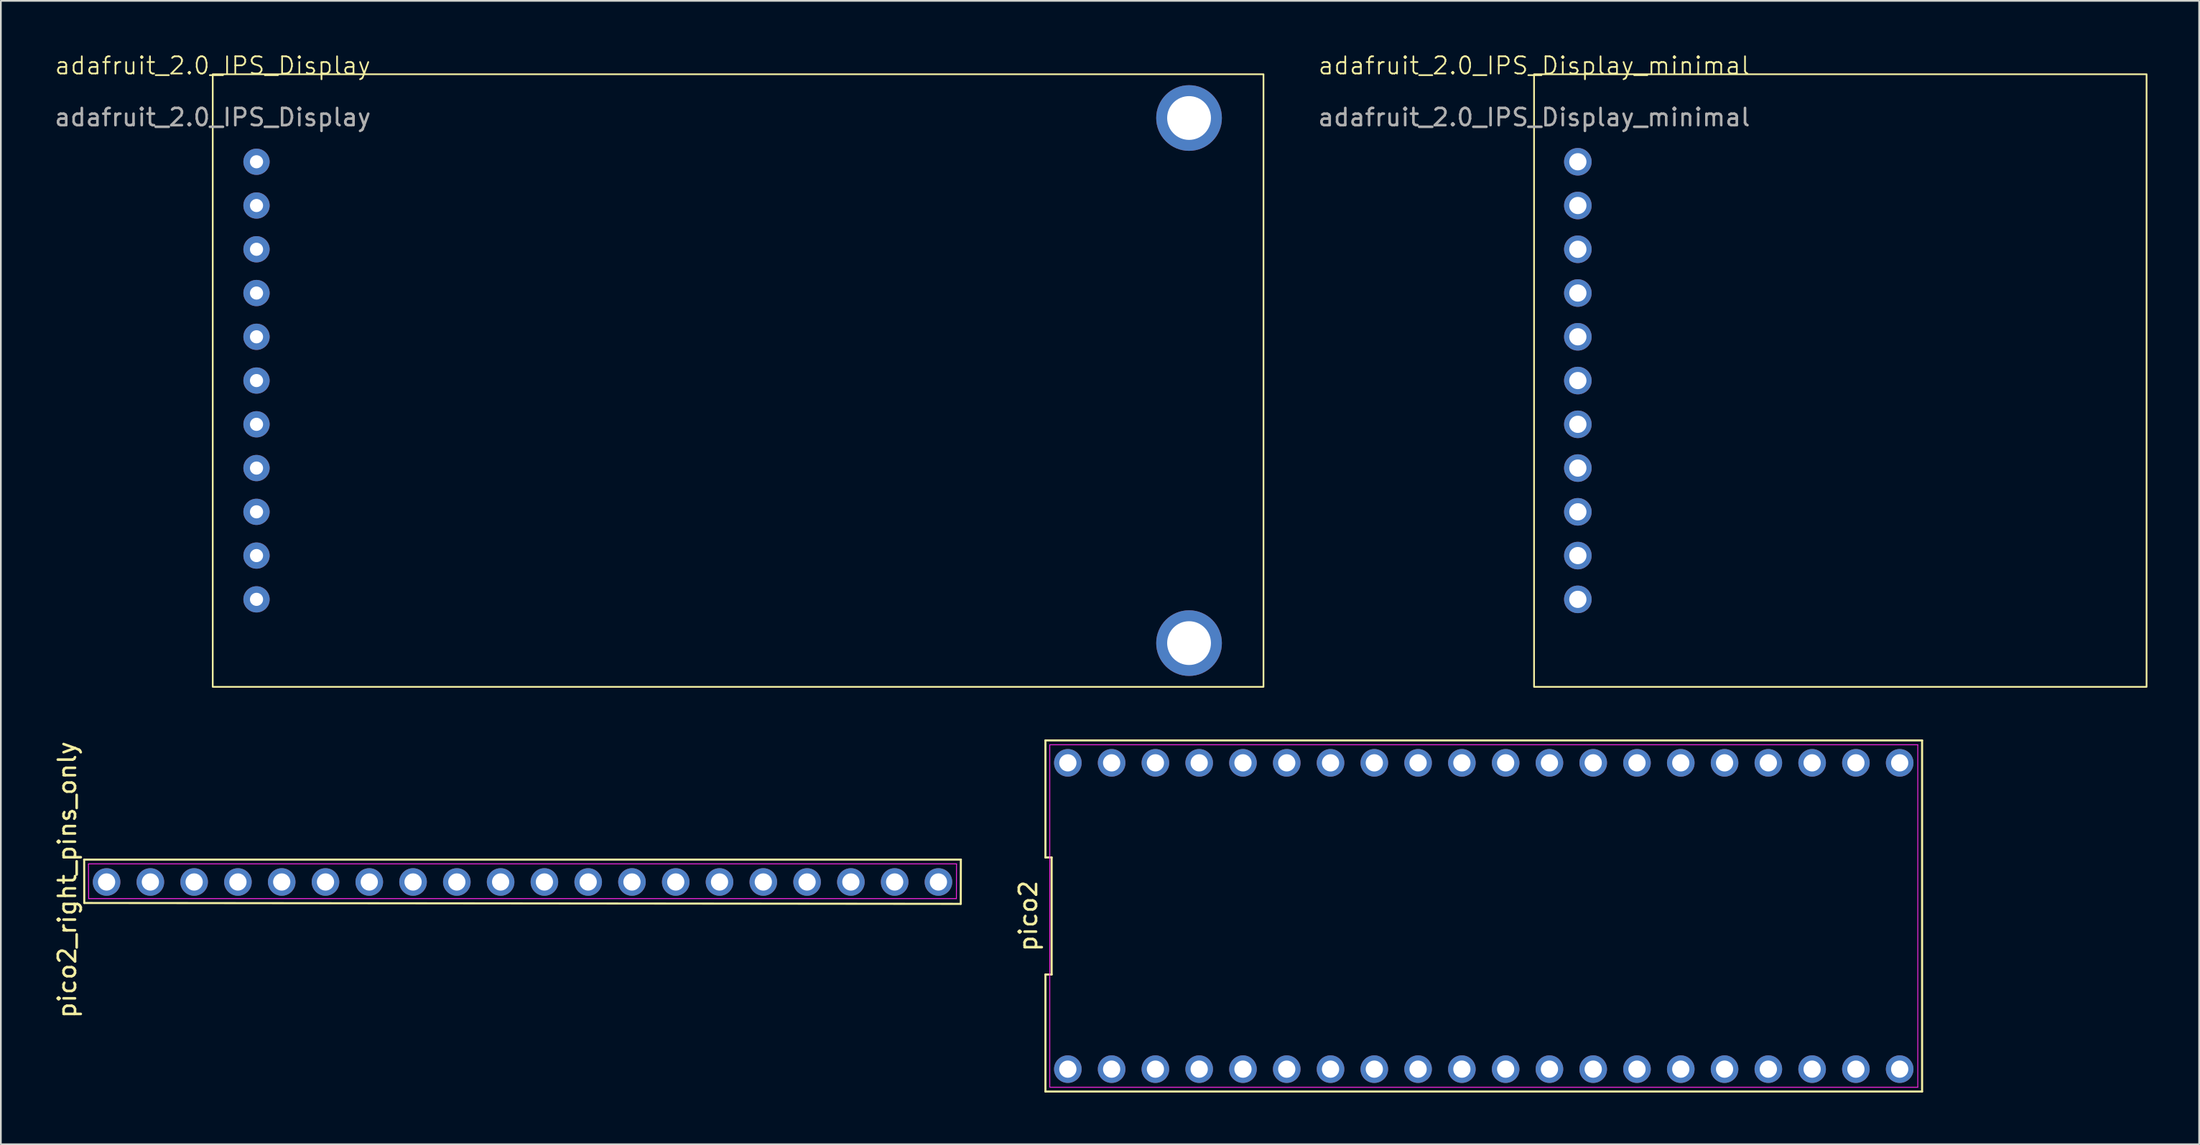
<source format=kicad_pcb>
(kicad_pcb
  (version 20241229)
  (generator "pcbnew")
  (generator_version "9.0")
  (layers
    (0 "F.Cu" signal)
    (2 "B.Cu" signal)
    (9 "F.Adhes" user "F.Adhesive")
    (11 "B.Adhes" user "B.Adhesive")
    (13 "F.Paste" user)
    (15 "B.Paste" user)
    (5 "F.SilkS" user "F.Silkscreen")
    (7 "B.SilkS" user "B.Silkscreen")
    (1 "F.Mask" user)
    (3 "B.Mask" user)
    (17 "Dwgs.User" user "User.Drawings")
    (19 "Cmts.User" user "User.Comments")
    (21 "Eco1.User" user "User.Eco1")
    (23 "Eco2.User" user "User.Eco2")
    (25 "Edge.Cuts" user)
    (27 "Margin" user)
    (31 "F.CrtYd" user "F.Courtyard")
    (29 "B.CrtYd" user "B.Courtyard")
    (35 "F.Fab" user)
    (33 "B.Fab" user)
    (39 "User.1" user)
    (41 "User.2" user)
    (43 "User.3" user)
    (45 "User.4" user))
  (footprint "adafruit_2.0_IPS_Display_minimal"
    (layer "F.Cu")
    (at 85.95 1.26)
    (property "Reference" "adafruit_2.0_IPS_Display_minimal" (at 0 -0.5 0) (unlocked yes) (layer "F.SilkS") (effects (font (size 1 1) (thickness 0.1))))
    (attr through_hole)
    (fp_rect (start 0 0) (end 35.535 35.56) (stroke (width 0.1) (type default)) (fill no) (layer "F.SilkS"))
    (fp_text user "${REFERENCE}" (at 0 2.5 0) (unlocked yes) (layer "F.Fab") (effects (font (size 1 1) (thickness 0.15))))
    (pad "1" thru_hole circle (at 2.54 30.48) (size 1.6 1.6) (drill 1) (layers "*.Cu" "*.Mask"))
    (pad "2" thru_hole circle (at 2.54 27.94) (size 1.6 1.6) (drill 1) (layers "*.Cu" "*.Mask"))
    (pad "3" thru_hole circle (at 2.54 25.4) (size 1.6 1.6) (drill 1) (layers "*.Cu" "*.Mask"))
    (pad "4" thru_hole circle (at 2.54 22.86) (size 1.6 1.6) (drill 1) (layers "*.Cu" "*.Mask"))
    (pad "5" thru_hole circle (at 2.54 20.32) (size 1.6 1.6) (drill 1) (layers "*.Cu" "*.Mask"))
    (pad "6" thru_hole circle (at 2.54 17.78) (size 1.6 1.6) (drill 1) (layers "*.Cu" "*.Mask"))
    (pad "7" thru_hole circle (at 2.54 15.24) (size 1.6 1.6) (drill 1) (layers "*.Cu" "*.Mask"))
    (pad "8" thru_hole circle (at 2.54 12.7) (size 1.6 1.6) (drill 1) (layers "*.Cu" "*.Mask"))
    (pad "9" thru_hole circle (at 2.54 10.16) (size 1.6 1.6) (drill 1) (layers "*.Cu" "*.Mask"))
    (pad "10" thru_hole circle (at 2.54 7.62) (size 1.6 1.6) (drill 1) (layers "*.Cu" "*.Mask"))
    (pad "11" thru_hole circle (at 2.54 5.08) (size 1.6 1.6) (drill 1) (layers "*.Cu" "*.Mask")))
  (footprint "pico2"
    (layer "F.Cu")
    (at 83.032 50.12)
    (property "Reference" "pico2" (at -26.43 0 90) (layer "F.SilkS") (effects (font (size 1 1) (thickness 0.15))))
    (attr through_hole)
    (fp_line (start -25.43 -10.19) (end -25.43 -3.397) (stroke (width 0.12) (type default)) (layer "F.SilkS"))
    (fp_line (start -25.43 -3.397) (end -25.07 -3.397) (stroke (width 0.12) (type default)) (layer "F.SilkS"))
    (fp_line (start -25.43 3.397) (end -25.43 10.19) (stroke (width 0.12) (type default)) (layer "F.SilkS"))
    (fp_line (start -25.43 10.19) (end 25.43 10.19) (stroke (width 0.12) (type default)) (layer "F.SilkS"))
    (fp_line (start -25.07 -3.397) (end -25.07 3.397) (stroke (width 0.12) (type default)) (layer "F.SilkS"))
    (fp_line (start -25.07 3.397) (end -25.43 3.397) (stroke (width 0.12) (type default)) (layer "F.SilkS"))
    (fp_line (start 25.43 -10.19) (end -25.43 -10.19) (stroke (width 0.12) (type default)) (layer "F.SilkS"))
    (fp_line (start 25.43 10.19) (end 25.43 -10.19) (stroke (width 0.12) (type default)) (layer "F.SilkS"))
    (fp_line (start -25.18 -9.94) (end 25.18 -9.94) (stroke (width 0.05) (type default)) (layer "F.CrtYd"))
    (fp_line (start -25.18 9.94) (end -25.18 -9.94) (stroke (width 0.05) (type default)) (layer "F.CrtYd"))
    (fp_line (start 25.18 -9.94) (end 25.18 9.94) (stroke (width 0.05) (type default)) (layer "F.CrtYd"))
    (fp_line (start 25.18 9.94) (end -25.18 9.94) (stroke (width 0.05) (type default)) (layer "F.CrtYd"))
    (pad "1" thru_hole circle (at -24.13 8.89) (size 1.6 1.6) (drill 1) (layers "*.Cu" "*.Mask"))
    (pad "2" thru_hole circle (at -21.59 8.89) (size 1.6 1.6) (drill 1) (layers "*.Cu" "*.Mask"))
    (pad "3" thru_hole circle (at -19.05 8.89) (size 1.6 1.6) (drill 1) (layers "*.Cu" "*.Mask"))
    (pad "4" thru_hole circle (at -16.51 8.89) (size 1.6 1.6) (drill 1) (layers "*.Cu" "*.Mask"))
    (pad "5" thru_hole circle (at -13.97 8.89) (size 1.6 1.6) (drill 1) (layers "*.Cu" "*.Mask"))
    (pad "6" thru_hole circle (at -11.43 8.89) (size 1.6 1.6) (drill 1) (layers "*.Cu" "*.Mask"))
    (pad "7" thru_hole circle (at -8.89 8.89) (size 1.6 1.6) (drill 1) (layers "*.Cu" "*.Mask"))
    (pad "8" thru_hole circle (at -6.35 8.89) (size 1.6 1.6) (drill 1) (layers "*.Cu" "*.Mask"))
    (pad "9" thru_hole circle (at -3.81 8.89) (size 1.6 1.6) (drill 1) (layers "*.Cu" "*.Mask"))
    (pad "10" thru_hole circle (at -1.27 8.89) (size 1.6 1.6) (drill 1) (layers "*.Cu" "*.Mask"))
    (pad "11" thru_hole circle (at 1.27 8.89) (size 1.6 1.6) (drill 1) (layers "*.Cu" "*.Mask"))
    (pad "12" thru_hole circle (at 3.81 8.89) (size 1.6 1.6) (drill 1) (layers "*.Cu" "*.Mask"))
    (pad "13" thru_hole circle (at 6.35 8.89) (size 1.6 1.6) (drill 1) (layers "*.Cu" "*.Mask"))
    (pad "14" thru_hole circle (at 8.89 8.89) (size 1.6 1.6) (drill 1) (layers "*.Cu" "*.Mask"))
    (pad "15" thru_hole circle (at 11.43 8.89) (size 1.6 1.6) (drill 1) (layers "*.Cu" "*.Mask"))
    (pad "16" thru_hole circle (at 13.97 8.89) (size 1.6 1.6) (drill 1) (layers "*.Cu" "*.Mask"))
    (pad "17" thru_hole circle (at 16.51 8.89) (size 1.6 1.6) (drill 1) (layers "*.Cu" "*.Mask"))
    (pad "18" thru_hole circle (at 19.05 8.89) (size 1.6 1.6) (drill 1) (layers "*.Cu" "*.Mask"))
    (pad "19" thru_hole circle (at 21.59 8.89) (size 1.6 1.6) (drill 1) (layers "*.Cu" "*.Mask"))
    (pad "20" thru_hole circle (at 24.13 8.89) (size 1.6 1.6) (drill 1) (layers "*.Cu" "*.Mask"))
    (pad "21" thru_hole circle (at 24.13 -8.89) (size 1.6 1.6) (drill 1) (layers "*.Cu" "*.Mask"))
    (pad "22" thru_hole circle (at 21.59 -8.89) (size 1.6 1.6) (drill 1) (layers "*.Cu" "*.Mask"))
    (pad "23" thru_hole circle (at 19.05 -8.89) (size 1.6 1.6) (drill 1) (layers "*.Cu" "*.Mask"))
    (pad "24" thru_hole circle (at 16.51 -8.89) (size 1.6 1.6) (drill 1) (layers "*.Cu" "*.Mask"))
    (pad "25" thru_hole circle (at 13.97 -8.89) (size 1.6 1.6) (drill 1) (layers "*.Cu" "*.Mask"))
    (pad "26" thru_hole circle (at 11.43 -8.89) (size 1.6 1.6) (drill 1) (layers "*.Cu" "*.Mask"))
    (pad "27" thru_hole circle (at 8.89 -8.89) (size 1.6 1.6) (drill 1) (layers "*.Cu" "*.Mask"))
    (pad "28" thru_hole circle (at 6.35 -8.89) (size 1.6 1.6) (drill 1) (layers "*.Cu" "*.Mask"))
    (pad "29" thru_hole circle (at 3.81 -8.89) (size 1.6 1.6) (drill 1) (layers "*.Cu" "*.Mask"))
    (pad "30" thru_hole circle (at 1.27 -8.89) (size 1.6 1.6) (drill 1) (layers "*.Cu" "*.Mask"))
    (pad "31" thru_hole circle (at -1.27 -8.89) (size 1.6 1.6) (drill 1) (layers "*.Cu" "*.Mask"))
    (pad "32" thru_hole circle (at -3.81 -8.89) (size 1.6 1.6) (drill 1) (layers "*.Cu" "*.Mask"))
    (pad "33" thru_hole circle (at -6.35 -8.89) (size 1.6 1.6) (drill 1) (layers "*.Cu" "*.Mask"))
    (pad "34" thru_hole circle (at -8.89 -8.89) (size 1.6 1.6) (drill 1) (layers "*.Cu" "*.Mask"))
    (pad "35" thru_hole circle (at -11.43 -8.89) (size 1.6 1.6) (drill 1) (layers "*.Cu" "*.Mask"))
    (pad "36" thru_hole circle (at -13.97 -8.89) (size 1.6 1.6) (drill 1) (layers "*.Cu" "*.Mask"))
    (pad "37" thru_hole circle (at -16.51 -8.89) (size 1.6 1.6) (drill 1) (layers "*.Cu" "*.Mask"))
    (pad "38" thru_hole circle (at -19.05 -8.89) (size 1.6 1.6) (drill 1) (layers "*.Cu" "*.Mask"))
    (pad "39" thru_hole circle (at -21.59 -8.89) (size 1.6 1.6) (drill 1) (layers "*.Cu" "*.Mask"))
    (pad "40" thru_hole circle (at -24.13 -8.89) (size 1.6 1.6) (drill 1) (layers "*.Cu" "*.Mask")))
  (footprint "pico2_right_pins_only"
    (layer "F.Cu")
    (at 27.264 57.036)
    (property "Reference" "pico2_right_pins_only" (at -26.416 -9.017 90) (layer "F.SilkS") (effects (font (size 1 1) (thickness 0.15))))
    (attr through_hole)
    (fp_line (start -25.43 -10.19) (end -25.425 -7.671) (stroke (width 0.12) (type default)) (layer "F.SilkS"))
    (fp_line (start -25.425 -7.671) (end 25.425 -7.62) (stroke (width 0.12) (type default)) (layer "F.SilkS"))
    (fp_line (start 25.425 -7.62) (end 25.43 -10.19) (stroke (width 0.12) (type default)) (layer "F.SilkS"))
    (fp_line (start 25.43 -10.19) (end -25.43 -10.19) (stroke (width 0.12) (type default)) (layer "F.SilkS"))
    (fp_line (start -25.18 -9.94) (end 25.18 -9.94) (stroke (width 0.05) (type default)) (layer "F.CrtYd"))
    (fp_line (start -25.171 -7.925) (end -25.18 -9.94) (stroke (width 0.05) (type default)) (layer "F.CrtYd"))
    (fp_line (start 25.171 -7.925) (end -25.171 -7.925) (stroke (width 0.05) (type default)) (layer "F.CrtYd"))
    (fp_line (start 25.18 -9.94) (end 25.171 -7.925) (stroke (width 0.05) (type default)) (layer "F.CrtYd"))
    (pad "21" thru_hole circle (at 24.13 -8.89) (size 1.6 1.6) (drill 1) (layers "*.Cu" "*.Mask"))
    (pad "22" thru_hole circle (at 21.59 -8.89) (size 1.6 1.6) (drill 1) (layers "*.Cu" "*.Mask"))
    (pad "23" thru_hole circle (at 19.05 -8.89) (size 1.6 1.6) (drill 1) (layers "*.Cu" "*.Mask"))
    (pad "24" thru_hole circle (at 16.51 -8.89) (size 1.6 1.6) (drill 1) (layers "*.Cu" "*.Mask"))
    (pad "25" thru_hole circle (at 13.97 -8.89) (size 1.6 1.6) (drill 1) (layers "*.Cu" "*.Mask"))
    (pad "26" thru_hole circle (at 11.43 -8.89) (size 1.6 1.6) (drill 1) (layers "*.Cu" "*.Mask"))
    (pad "27" thru_hole circle (at 8.89 -8.89) (size 1.6 1.6) (drill 1) (layers "*.Cu" "*.Mask"))
    (pad "28" thru_hole circle (at 6.35 -8.89) (size 1.6 1.6) (drill 1) (layers "*.Cu" "*.Mask"))
    (pad "29" thru_hole circle (at 3.81 -8.89) (size 1.6 1.6) (drill 1) (layers "*.Cu" "*.Mask"))
    (pad "30" thru_hole circle (at 1.27 -8.89) (size 1.6 1.6) (drill 1) (layers "*.Cu" "*.Mask"))
    (pad "31" thru_hole circle (at -1.27 -8.89) (size 1.6 1.6) (drill 1) (layers "*.Cu" "*.Mask"))
    (pad "32" thru_hole circle (at -3.81 -8.89) (size 1.6 1.6) (drill 1) (layers "*.Cu" "*.Mask"))
    (pad "33" thru_hole circle (at -6.35 -8.89) (size 1.6 1.6) (drill 1) (layers "*.Cu" "*.Mask"))
    (pad "34" thru_hole circle (at -8.89 -8.89) (size 1.6 1.6) (drill 1) (layers "*.Cu" "*.Mask"))
    (pad "35" thru_hole circle (at -11.43 -8.89) (size 1.6 1.6) (drill 1) (layers "*.Cu" "*.Mask"))
    (pad "36" thru_hole circle (at -13.97 -8.89) (size 1.6 1.6) (drill 1) (layers "*.Cu" "*.Mask"))
    (pad "37" thru_hole circle (at -16.51 -8.89) (size 1.6 1.6) (drill 1) (layers "*.Cu" "*.Mask"))
    (pad "38" thru_hole circle (at -19.05 -8.89) (size 1.6 1.6) (drill 1) (layers "*.Cu" "*.Mask"))
    (pad "39" thru_hole circle (at -21.59 -8.89) (size 1.6 1.6) (drill 1) (layers "*.Cu" "*.Mask"))
    (pad "40" thru_hole circle (at -24.13 -8.89) (size 1.6 1.6) (drill 1) (layers "*.Cu" "*.Mask")))
  (footprint "adafruit_2.0_IPS_Display"
    (layer "F.Cu")
    (at 9.292 1.26)
    (property "Reference" "adafruit_2.0_IPS_Display" (at 0 -0.5 0) (unlocked yes) (layer "F.SilkS") (effects (font (size 1 1) (thickness 0.1))))
    (attr through_hole)
    (fp_rect (start 0 0) (end 60.96 35.56) (stroke (width 0.1) (type default)) (fill no) (layer "F.SilkS"))
    (fp_text user "${REFERENCE}" (at 0 2.5 0) (unlocked yes) (layer "F.Fab") (effects (font (size 1 1) (thickness 0.15))))
    (pad "1" thru_hole circle (at 2.54 30.48) (size 1.524 1.524) (drill 0.762) (layers "*.Cu" "*.Mask"))
    (pad "2" thru_hole circle (at 2.54 27.94) (size 1.524 1.524) (drill 0.762) (layers "*.Cu" "*.Mask"))
    (pad "3" thru_hole circle (at 2.54 25.4) (size 1.524 1.524) (drill 0.762) (layers "*.Cu" "*.Mask"))
    (pad "4" thru_hole circle (at 2.54 22.86) (size 1.524 1.524) (drill 0.762) (layers "*.Cu" "*.Mask"))
    (pad "5" thru_hole circle (at 2.54 20.32) (size 1.524 1.524) (drill 0.762) (layers "*.Cu" "*.Mask"))
    (pad "6" thru_hole circle (at 2.54 17.78) (size 1.524 1.524) (drill 0.762) (layers "*.Cu" "*.Mask"))
    (pad "7" thru_hole circle (at 2.54 15.24) (size 1.524 1.524) (drill 0.762) (layers "*.Cu" "*.Mask"))
    (pad "8" thru_hole circle (at 2.54 12.7) (size 1.524 1.524) (drill 0.762) (layers "*.Cu" "*.Mask"))
    (pad "9" thru_hole circle (at 2.54 10.16) (size 1.524 1.524) (drill 0.762) (layers "*.Cu" "*.Mask"))
    (pad "10" thru_hole circle (at 2.54 7.62) (size 1.524 1.524) (drill 0.762) (layers "*.Cu" "*.Mask"))
    (pad "11" thru_hole circle (at 2.54 5.08) (size 1.524 1.524) (drill 0.762) (layers "*.Cu" "*.Mask"))
    (pad "12" thru_hole circle (at 56.642 2.54) (size 3.81 3.81) (drill 2.54) (layers "*.Cu" "*.Mask"))
    (pad "13" thru_hole circle (at 56.642 33.02) (size 3.81 3.81) (drill 2.54) (layers "*.Cu" "*.Mask")))
  (gr_rect
    (start -3 -3)
    (end 124.535 63.37)
    (stroke (width 0.1) (type default))
    (fill no)
    (layer "Edge.Cuts")))
</source>
